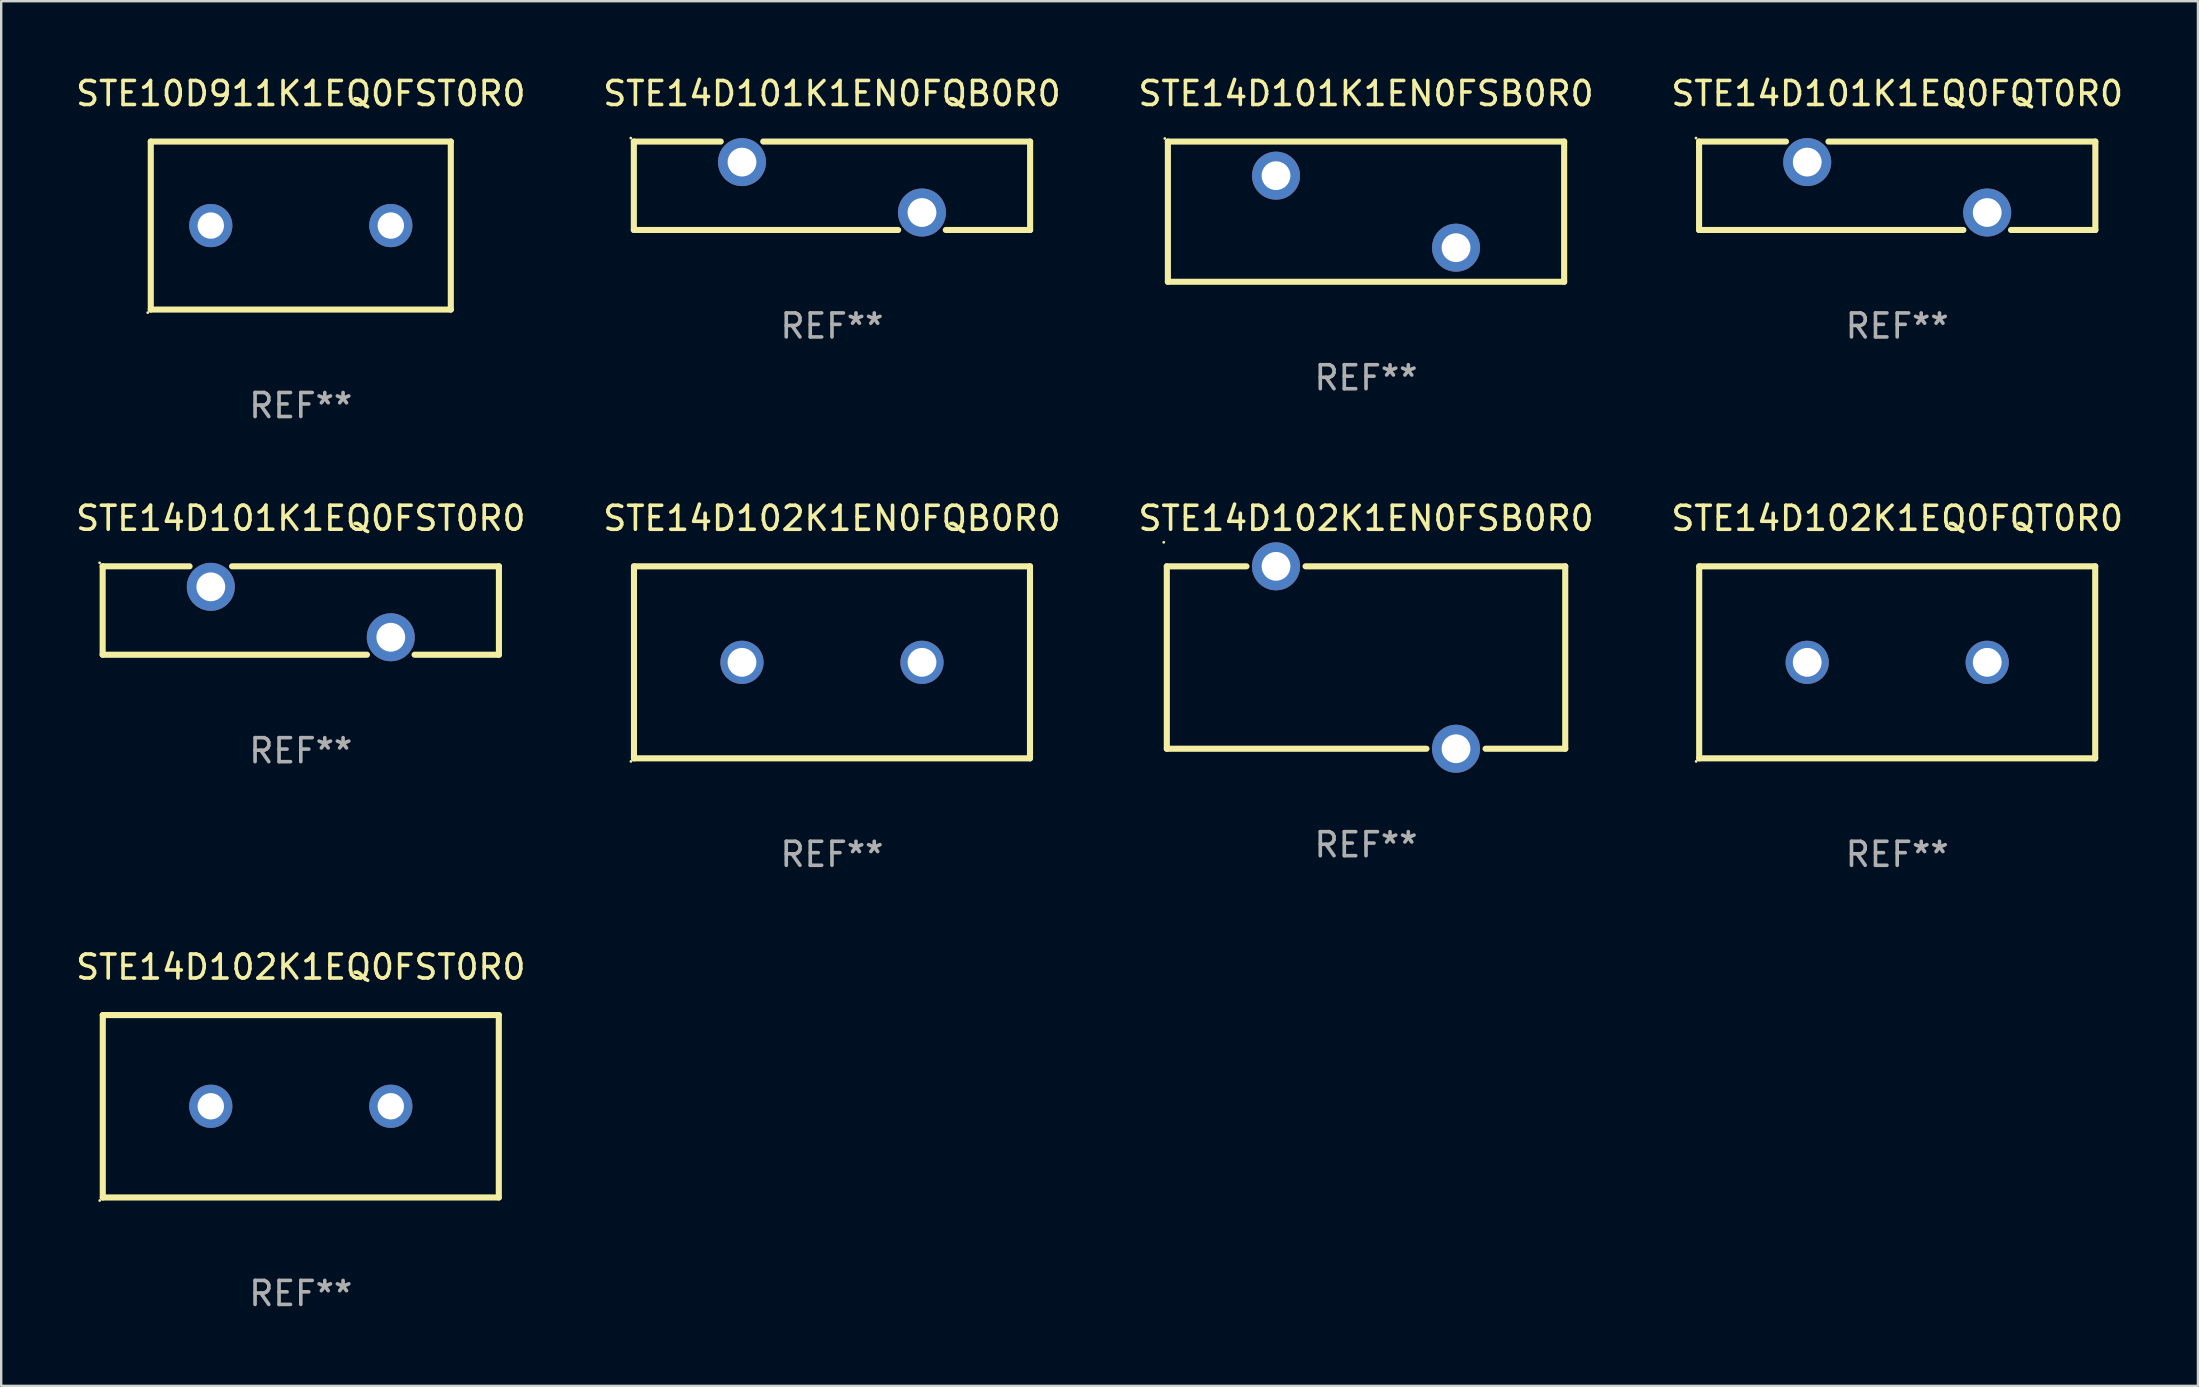
<source format=kicad_pcb>
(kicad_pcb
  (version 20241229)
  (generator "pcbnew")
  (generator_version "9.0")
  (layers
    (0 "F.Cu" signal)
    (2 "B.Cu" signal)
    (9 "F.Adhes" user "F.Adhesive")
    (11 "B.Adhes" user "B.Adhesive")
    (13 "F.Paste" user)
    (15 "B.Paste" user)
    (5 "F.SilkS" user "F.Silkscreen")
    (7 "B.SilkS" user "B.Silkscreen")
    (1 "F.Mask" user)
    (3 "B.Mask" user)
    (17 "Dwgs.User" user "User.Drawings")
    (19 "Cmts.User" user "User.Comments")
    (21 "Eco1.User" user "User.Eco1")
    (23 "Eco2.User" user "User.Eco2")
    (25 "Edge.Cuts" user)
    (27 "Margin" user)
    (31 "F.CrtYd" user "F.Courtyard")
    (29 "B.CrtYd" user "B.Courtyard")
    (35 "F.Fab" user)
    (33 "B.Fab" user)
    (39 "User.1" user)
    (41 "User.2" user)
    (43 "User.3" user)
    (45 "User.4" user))
  (footprint "STE14D101K1EQ0FST0R0"
    (layer "F.Cu")
    (at 9.482 22.386)
    (property "Reference" "STE14D101K1EQ0FST0R0" (at 0 -3.842 0) (layer "F.SilkS") (effects (font (size 1 1) (thickness 0.15))))
    (attr through_hole)
    (fp_line (start -8.255 -1.842) (end -4.634 -1.842) (stroke (width 0.254) (type solid)) (layer "F.SilkS"))
    (fp_line (start -8.255 1.842) (end -8.255 -1.842) (stroke (width 0.254) (type solid)) (layer "F.SilkS"))
    (fp_line (start -2.864 -1.842) (end 8.255 -1.842) (stroke (width 0.254) (type solid)) (layer "F.SilkS"))
    (fp_line (start 2.757 1.842) (end -8.255 1.842) (stroke (width 0.254) (type solid)) (layer "F.SilkS"))
    (fp_line (start 8.255 -1.842) (end 8.255 1.842) (stroke (width 0.254) (type solid)) (layer "F.SilkS"))
    (fp_line (start 8.255 1.842) (end 4.741 1.842) (stroke (width 0.254) (type solid)) (layer "F.SilkS"))
    (fp_circle (center -8.382 -1.987) (end -8.352 -1.987) (stroke (width 0.06) (type solid)) (fill no) (layer "F.SilkS"))
    (fp_text user "REF**" (at 0 5.842 0) (layer "F.Fab") (effects (font (size 1 1) (thickness 0.15))))
    (pad "1" thru_hole circle (at -3.749 -0.987) (size 2 2) (drill 1.2) (layers "*.Cu" "*.Mask"))
    (pad "2" thru_hole circle (at 3.749 1.114) (size 2 2) (drill 1.2) (layers "*.Cu" "*.Mask")))
  (footprint "STE14D102K1EQ0FST0R0"
    (layer "F.Cu")
    (at 9.482 43.041)
    (property "Reference" "STE14D102K1EQ0FST0R0" (at 0 -5.8 0) (layer "F.SilkS") (effects (font (size 1 1) (thickness 0.15))))
    (attr through_hole)
    (fp_line (start -8.25 -3.8) (end 8.25 -3.8) (stroke (width 0.254) (type solid)) (layer "F.SilkS"))
    (fp_line (start -8.25 3.8) (end -8.25 -3.8) (stroke (width 0.254) (type solid)) (layer "F.SilkS"))
    (fp_line (start 8.25 -3.8) (end 8.25 3.8) (stroke (width 0.254) (type solid)) (layer "F.SilkS"))
    (fp_line (start 8.25 3.8) (end -8.25 3.8) (stroke (width 0.254) (type solid)) (layer "F.SilkS"))
    (fp_circle (center -8.377 3.927) (end -8.347 3.927) (stroke (width 0.06) (type solid)) (fill no) (layer "F.SilkS"))
    (fp_text user "REF**" (at 0 7.8 0) (layer "F.Fab") (effects (font (size 1 1) (thickness 0.15))))
    (pad "1" thru_hole circle (at -3.75 0) (size 1.8 1.8) (drill 1.1) (layers "*.Cu" "*.Mask"))
    (pad "2" thru_hole circle (at 3.75 0) (size 1.8 1.8) (drill 1.1) (layers "*.Cu" "*.Mask")))
  (footprint "STE14D101K1EQ0FQT0R0"
    (layer "F.Cu")
    (at 75.994 4.69)
    (property "Reference" "STE14D101K1EQ0FQT0R0" (at 0 -3.842 0) (layer "F.SilkS") (effects (font (size 1 1) (thickness 0.15))))
    (attr through_hole)
    (fp_line (start -8.255 -1.842) (end -4.634 -1.842) (stroke (width 0.254) (type solid)) (layer "F.SilkS"))
    (fp_line (start -8.255 1.842) (end -8.255 -1.842) (stroke (width 0.254) (type solid)) (layer "F.SilkS"))
    (fp_line (start -2.864 -1.842) (end 8.255 -1.842) (stroke (width 0.254) (type solid)) (layer "F.SilkS"))
    (fp_line (start 2.757 1.842) (end -8.255 1.842) (stroke (width 0.254) (type solid)) (layer "F.SilkS"))
    (fp_line (start 8.255 -1.842) (end 8.255 1.842) (stroke (width 0.254) (type solid)) (layer "F.SilkS"))
    (fp_line (start 8.255 1.842) (end 4.741 1.842) (stroke (width 0.254) (type solid)) (layer "F.SilkS"))
    (fp_circle (center -8.382 -1.987) (end -8.352 -1.987) (stroke (width 0.06) (type solid)) (fill no) (layer "F.SilkS"))
    (fp_text user "REF**" (at 0 5.842 0) (layer "F.Fab") (effects (font (size 1 1) (thickness 0.15))))
    (pad "1" thru_hole circle (at -3.749 -0.987) (size 2 2) (drill 1.2) (layers "*.Cu" "*.Mask"))
    (pad "2" thru_hole circle (at 3.749 1.114) (size 2 2) (drill 1.2) (layers "*.Cu" "*.Mask")))
  (footprint "STE14D102K1EN0FSB0R0"
    (layer "F.Cu")
    (at 53.863 24.345)
    (property "Reference" "STE14D102K1EN0FSB0R0" (at 0 -5.8 0) (layer "F.SilkS") (effects (font (size 1 1) (thickness 0.15))))
    (attr through_hole)
    (fp_line (start -8.3 -3.8) (end -8.3 3.8) (stroke (width 0.254) (type solid)) (layer "F.SilkS"))
    (fp_line (start -8.3 -3.8) (end -4.981 -3.8) (stroke (width 0.254) (type solid)) (layer "F.SilkS"))
    (fp_line (start -8.3 3.8) (end 2.519 3.8) (stroke (width 0.254) (type solid)) (layer "F.SilkS"))
    (fp_line (start -2.519 -3.8) (end 8.3 -3.8) (stroke (width 0.254) (type solid)) (layer "F.SilkS"))
    (fp_line (start 4.981 3.8) (end 8.3 3.8) (stroke (width 0.254) (type solid)) (layer "F.SilkS"))
    (fp_line (start 8.3 -3.8) (end 8.3 3.8) (stroke (width 0.254) (type solid)) (layer "F.SilkS"))
    (fp_circle (center -8.427 -4.8) (end -8.397 -4.8) (stroke (width 0.06) (type solid)) (fill no) (layer "F.SilkS"))
    (fp_text user "REF**" (at 0 7.8 0) (layer "F.Fab") (effects (font (size 1 1) (thickness 0.15))))
    (pad "1" thru_hole circle (at -3.75 -3.8) (size 2 2) (drill 1.2) (layers "*.Cu" "*.Mask"))
    (pad "2" thru_hole circle (at 3.75 3.8) (size 2 2) (drill 1.2) (layers "*.Cu" "*.Mask")))
  (footprint "STE10D911K1EQ0FST0R0"
    (layer "F.Cu")
    (at 9.482 6.348)
    (property "Reference" "STE10D911K1EQ0FST0R0" (at 0 -5.5 0) (layer "F.SilkS") (effects (font (size 1 1) (thickness 0.15))))
    (attr through_hole)
    (fp_line (start -6.25 -3.5) (end 6.25 -3.5) (stroke (width 0.254) (type solid)) (layer "F.SilkS"))
    (fp_line (start -6.25 3.5) (end -6.25 -3.5) (stroke (width 0.254) (type solid)) (layer "F.SilkS"))
    (fp_line (start 6.25 -3.5) (end 6.25 3.5) (stroke (width 0.254) (type solid)) (layer "F.SilkS"))
    (fp_line (start 6.25 3.5) (end -6.25 3.5) (stroke (width 0.254) (type solid)) (layer "F.SilkS"))
    (fp_circle (center -6.377 3.627) (end -6.347 3.627) (stroke (width 0.06) (type solid)) (fill no) (layer "F.SilkS"))
    (fp_text user "REF**" (at 0 7.5 0) (layer "F.Fab") (effects (font (size 1 1) (thickness 0.15))))
    (pad "1" thru_hole circle (at -3.75 0) (size 1.8 1.8) (drill 1.1) (layers "*.Cu" "*.Mask"))
    (pad "2" thru_hole circle (at 3.75 0) (size 1.8 1.8) (drill 1.1) (layers "*.Cu" "*.Mask")))
  (footprint "STE14D101K1EN0FSB0R0"
    (layer "F.Cu")
    (at 53.863 5.769)
    (property "Reference" "STE14D101K1EN0FSB0R0" (at 0 -4.921 0) (layer "F.SilkS") (effects (font (size 1 1) (thickness 0.15))))
    (attr through_hole)
    (fp_line (start -8.255 -2.921) (end 8.255 -2.921) (stroke (width 0.254) (type solid)) (layer "F.SilkS"))
    (fp_line (start -8.255 2.921) (end -8.255 -2.921) (stroke (width 0.254) (type solid)) (layer "F.SilkS"))
    (fp_line (start 8.255 -2.921) (end 8.255 2.921) (stroke (width 0.254) (type solid)) (layer "F.SilkS"))
    (fp_line (start 8.255 2.921) (end -8.255 2.921) (stroke (width 0.254) (type solid)) (layer "F.SilkS"))
    (fp_circle (center -8.382 -3.048) (end -8.352 -3.048) (stroke (width 0.06) (type solid)) (fill no) (layer "F.SilkS"))
    (fp_text user "REF**" (at 0 6.921 0) (layer "F.Fab") (effects (font (size 1 1) (thickness 0.15))))
    (pad "1" thru_hole circle (at -3.75 -1.5) (size 2 2) (drill 1.2) (layers "*.Cu" "*.Mask"))
    (pad "2" thru_hole circle (at 3.75 1.5) (size 2 2) (drill 1.2) (layers "*.Cu" "*.Mask")))
  (footprint "STE14D102K1EQ0FQT0R0"
    (layer "F.Cu")
    (at 75.994 24.545)
    (property "Reference" "STE14D102K1EQ0FQT0R0" (at 0 -6 0) (layer "F.SilkS") (effects (font (size 1 1) (thickness 0.15))))
    (attr through_hole)
    (fp_line (start -8.25 -4) (end 8.25 -4) (stroke (width 0.254) (type solid)) (layer "F.SilkS"))
    (fp_line (start -8.25 4) (end -8.25 -4) (stroke (width 0.254) (type solid)) (layer "F.SilkS"))
    (fp_line (start 8.25 -4) (end 8.25 4) (stroke (width 0.254) (type solid)) (layer "F.SilkS"))
    (fp_line (start 8.25 4) (end -8.25 4) (stroke (width 0.254) (type solid)) (layer "F.SilkS"))
    (fp_circle (center -8.377 4.127) (end -8.347 4.127) (stroke (width 0.06) (type solid)) (fill no) (layer "F.SilkS"))
    (fp_text user "REF**" (at 0 8 0) (layer "F.Fab") (effects (font (size 1 1) (thickness 0.15))))
    (pad "1" thru_hole circle (at -3.75 0) (size 1.8 1.8) (drill 1.2) (layers "*.Cu" "*.Mask"))
    (pad "2" thru_hole circle (at 3.75 0) (size 1.8 1.8) (drill 1.2) (layers "*.Cu" "*.Mask")))
  (footprint "STE14D102K1EN0FQB0R0"
    (layer "F.Cu")
    (at 31.613 24.545)
    (property "Reference" "STE14D102K1EN0FQB0R0" (at 0 -6 0) (layer "F.SilkS") (effects (font (size 1 1) (thickness 0.15))))
    (attr through_hole)
    (fp_line (start -8.25 -4) (end 8.25 -4) (stroke (width 0.254) (type solid)) (layer "F.SilkS"))
    (fp_line (start -8.25 4) (end -8.25 -4) (stroke (width 0.254) (type solid)) (layer "F.SilkS"))
    (fp_line (start 8.25 -4) (end 8.25 4) (stroke (width 0.254) (type solid)) (layer "F.SilkS"))
    (fp_line (start 8.25 4) (end -8.25 4) (stroke (width 0.254) (type solid)) (layer "F.SilkS"))
    (fp_circle (center -8.377 4.127) (end -8.347 4.127) (stroke (width 0.06) (type solid)) (fill no) (layer "F.SilkS"))
    (fp_text user "REF**" (at 0 8 0) (layer "F.Fab") (effects (font (size 1 1) (thickness 0.15))))
    (pad "1" thru_hole circle (at -3.75 0) (size 1.8 1.8) (drill 1.2) (layers "*.Cu" "*.Mask"))
    (pad "2" thru_hole circle (at 3.75 0) (size 1.8 1.8) (drill 1.2) (layers "*.Cu" "*.Mask")))
  (footprint "STE14D101K1EN0FQB0R0"
    (layer "F.Cu")
    (at 31.613 4.69)
    (property "Reference" "STE14D101K1EN0FQB0R0" (at 0 -3.842 0) (layer "F.SilkS") (effects (font (size 1 1) (thickness 0.15))))
    (attr through_hole)
    (fp_line (start -8.255 -1.842) (end -4.634 -1.842) (stroke (width 0.254) (type solid)) (layer "F.SilkS"))
    (fp_line (start -8.255 1.842) (end -8.255 -1.842) (stroke (width 0.254) (type solid)) (layer "F.SilkS"))
    (fp_line (start -2.864 -1.842) (end 8.255 -1.842) (stroke (width 0.254) (type solid)) (layer "F.SilkS"))
    (fp_line (start 2.757 1.842) (end -8.255 1.842) (stroke (width 0.254) (type solid)) (layer "F.SilkS"))
    (fp_line (start 8.255 -1.842) (end 8.255 1.842) (stroke (width 0.254) (type solid)) (layer "F.SilkS"))
    (fp_line (start 8.255 1.842) (end 4.741 1.842) (stroke (width 0.254) (type solid)) (layer "F.SilkS"))
    (fp_circle (center -8.382 -1.987) (end -8.352 -1.987) (stroke (width 0.06) (type solid)) (fill no) (layer "F.SilkS"))
    (fp_text user "REF**" (at 0 5.842 0) (layer "F.Fab") (effects (font (size 1 1) (thickness 0.15))))
    (pad "1" thru_hole circle (at -3.749 -0.987) (size 2 2) (drill 1.2) (layers "*.Cu" "*.Mask"))
    (pad "2" thru_hole circle (at 3.749 1.114) (size 2 2) (drill 1.2) (layers "*.Cu" "*.Mask")))
  (gr_rect
    (start -3 -3)
    (end 88.524 54.69)
    (stroke (width 0.1) (type default))
    (fill no)
    (layer "Edge.Cuts")))
</source>
